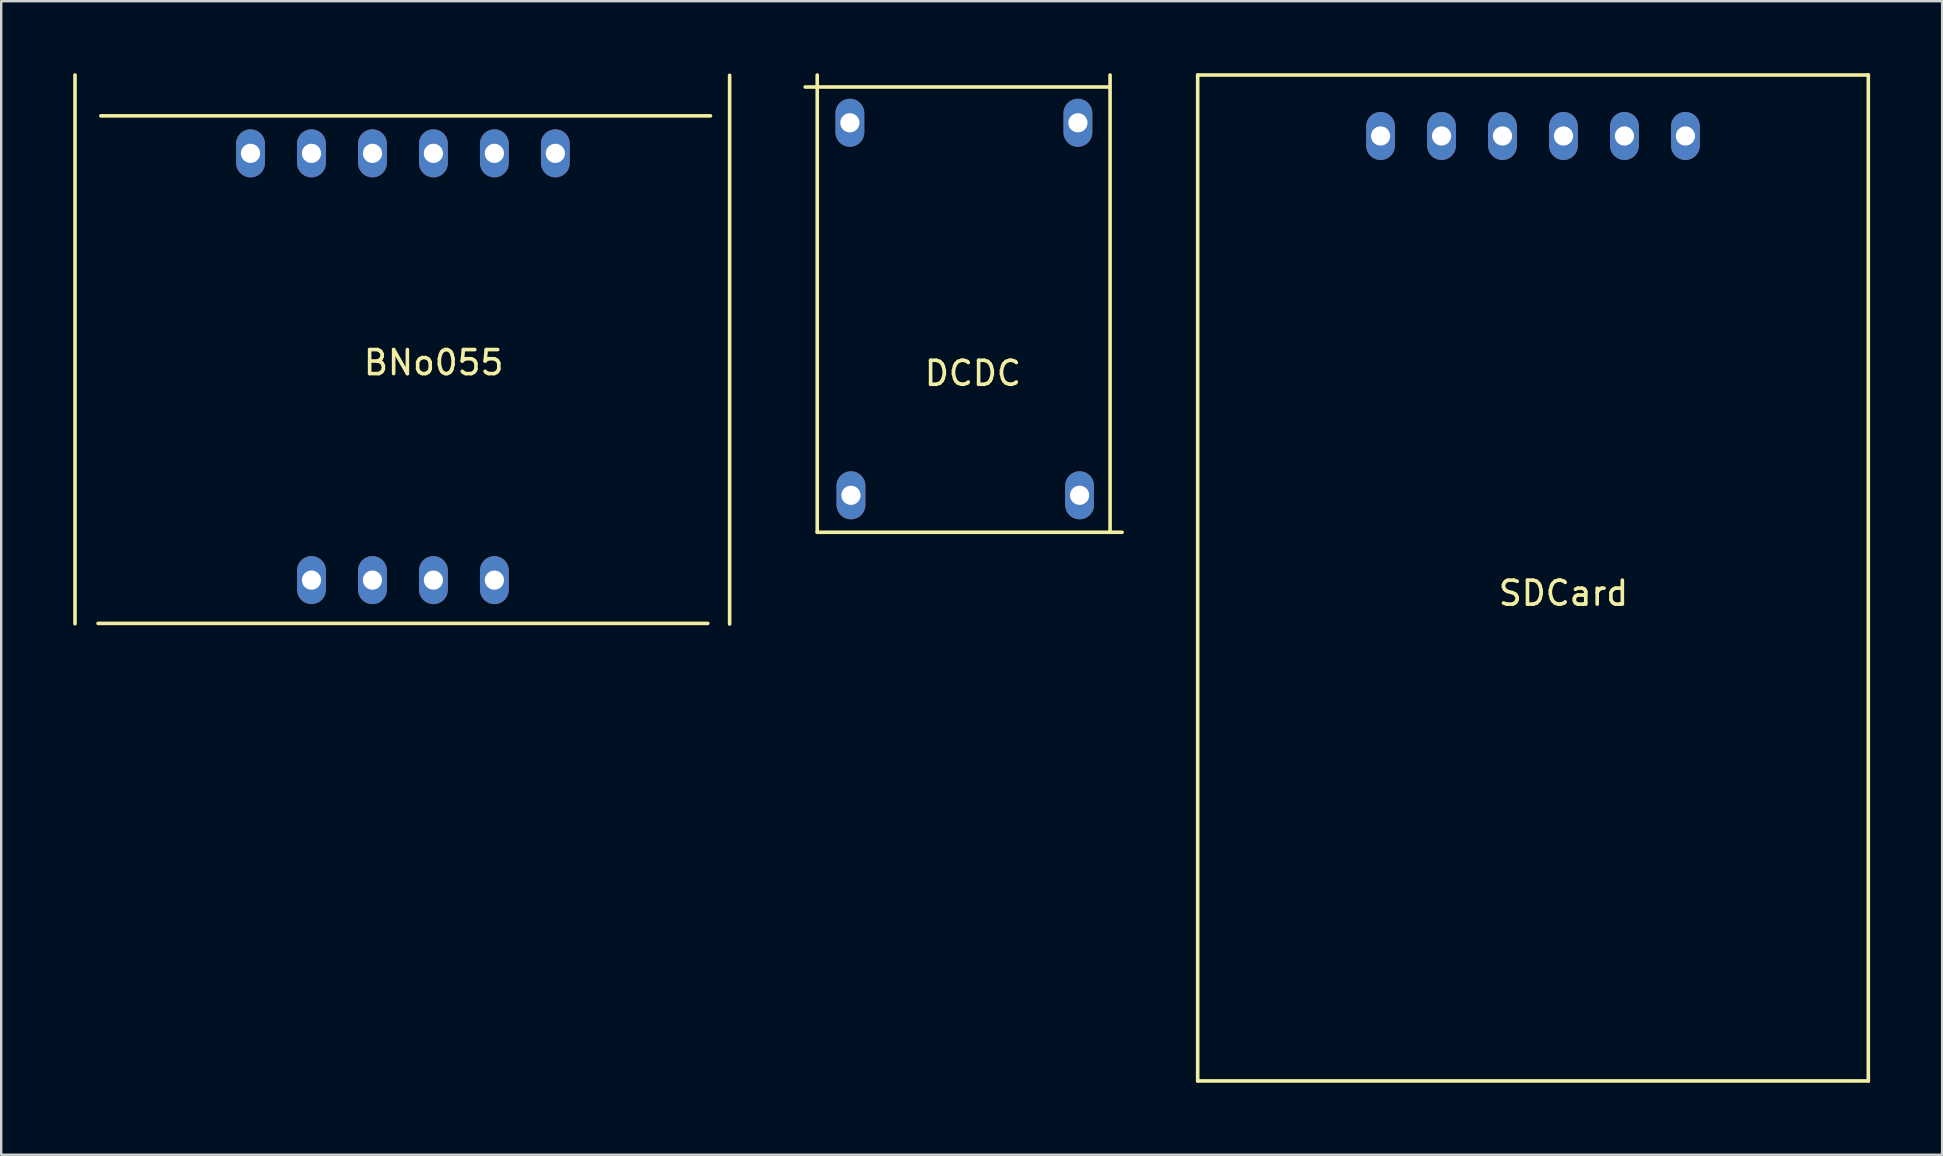
<source format=kicad_pcb>
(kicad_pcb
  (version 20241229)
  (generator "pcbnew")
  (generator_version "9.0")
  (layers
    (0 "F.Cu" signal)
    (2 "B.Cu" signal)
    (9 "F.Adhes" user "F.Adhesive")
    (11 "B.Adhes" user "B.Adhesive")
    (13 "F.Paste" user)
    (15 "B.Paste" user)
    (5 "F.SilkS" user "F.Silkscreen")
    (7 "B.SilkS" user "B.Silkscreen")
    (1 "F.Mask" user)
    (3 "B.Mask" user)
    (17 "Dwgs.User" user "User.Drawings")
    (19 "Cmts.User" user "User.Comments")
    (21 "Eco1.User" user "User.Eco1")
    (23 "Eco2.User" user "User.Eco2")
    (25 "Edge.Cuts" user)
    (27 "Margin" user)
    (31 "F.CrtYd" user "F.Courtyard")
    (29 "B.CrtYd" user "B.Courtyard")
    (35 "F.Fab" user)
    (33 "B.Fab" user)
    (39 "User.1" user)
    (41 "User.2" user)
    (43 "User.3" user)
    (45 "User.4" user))
  (footprint "SDCard"
    (layer "F.Cu")
    (at 60.828 19.725)
    (property "Reference" "SDCard" (at 1.26 1.94 0) (layer "F.SilkS") (effects (font (size 1 1) (thickness 0.15))))
    (attr through_hole)
    (fp_line (start -13.98 -19.65) (end 13.96 -19.65) (stroke (width 0.15) (type solid)) (layer "F.SilkS"))
    (fp_line (start -13.98 22.26) (end -13.98 -19.65) (stroke (width 0.15) (type solid)) (layer "F.SilkS"))
    (fp_line (start 13.96 -19.65) (end 13.96 22.26) (stroke (width 0.15) (type solid)) (layer "F.SilkS"))
    (fp_line (start 13.96 22.26) (end -13.98 22.26) (stroke (width 0.15) (type solid)) (layer "F.SilkS"))
    (pad "CS" thru_hole oval (at 6.34 -17.11) (size 1.2 2) (drill 0.8) (layers "*.Cu" "*.Mask"))
    (pad "GND" thru_hole oval (at -6.36 -17.11) (size 1.2 2) (drill 0.8) (layers "*.Cu" "*.Mask"))
    (pad "MISO" thru_hole oval (at -1.28 -17.11) (size 1.2 2) (drill 0.8) (layers "*.Cu" "*.Mask"))
    (pad "MOSI" thru_hole oval (at 1.26 -17.11) (size 1.2 2) (drill 0.8) (layers "*.Cu" "*.Mask"))
    (pad "SCK" thru_hole oval (at 3.8 -17.11) (size 1.2 2) (drill 0.8) (layers "*.Cu" "*.Mask"))
    (pad "Vcc" thru_hole oval (at -3.82 -17.11) (size 1.2 2) (drill 0.8) (layers "*.Cu" "*.Mask")))
  (footprint "BNo055"
    (layer "F.Cu")
    (at 13.747 22.989)
    (property "Reference" "BNo055" (at 1.27 -10.93 0) (layer "F.SilkS") (effects (font (size 1 1) (thickness 0.15))))
    (attr through_hole)
    (fp_line (start -13.672 -0.054) (end -13.672 -22.914) (stroke (width 0.15) (type solid)) (layer "F.SilkS"))
    (fp_line (start -12.596 -21.212) (end 12.804 -21.212) (stroke (width 0.15) (type solid)) (layer "F.SilkS"))
    (fp_line (start 12.69 -0.067) (end -12.71 -0.067) (stroke (width 0.15) (type solid)) (layer "F.SilkS"))
    (fp_line (start 13.601 -22.901) (end 13.601 -0.041) (stroke (width 0.15) (type solid)) (layer "F.SilkS"))
    (pad "3v3" thru_hole oval (at 3.8 -19.65) (size 1.2 2) (drill 0.8) (layers "*.Cu" "*.Mask"))
    (pad "ADR" thru_hole oval (at -3.82 -1.87) (size 1.2 2) (drill 0.8) (layers "*.Cu" "*.Mask"))
    (pad "GND" thru_hole oval (at 1.26 -19.65) (size 1.2 2) (drill 0.8) (layers "*.Cu" "*.Mask"))
    (pad "INT" thru_hole oval (at -1.28 -1.87) (size 1.2 2) (drill 0.8) (layers "*.Cu" "*.Mask"))
    (pad "PS0" thru_hole oval (at 3.8 -1.87) (size 1.2 2) (drill 0.8) (layers "*.Cu" "*.Mask"))
    (pad "PS1" thru_hole oval (at 1.26 -1.87) (size 1.2 2) (drill 0.8) (layers "*.Cu" "*.Mask"))
    (pad "RST" thru_hole oval (at -6.36 -19.65) (size 1.2 2) (drill 0.8) (layers "*.Cu" "*.Mask"))
    (pad "SCL" thru_hole oval (at -3.82 -19.65) (size 1.2 2) (drill 0.8) (layers "*.Cu" "*.Mask"))
    (pad "SDA" thru_hole oval (at -1.28 -19.65) (size 1.2 2) (drill 0.8) (layers "*.Cu" "*.Mask"))
    (pad "Vin" thru_hole oval (at 6.34 -19.65) (size 1.2 2) (drill 0.8) (layers "*.Cu" "*.Mask")))
  (footprint "DCDC"
    (layer "F.Cu")
    (at 32.358 17.565)
    (property "Reference" "DCDC" (at 5.125 -5.06 0) (layer "F.SilkS") (effects (font (size 1 1) (thickness 0.15))))
    (attr through_hole)
    (fp_line (start -1.86 -16.99) (end 10.84 -16.99) (stroke (width 0.15) (type solid)) (layer "F.SilkS"))
    (fp_line (start -1.36 1.56) (end -1.36 -17.49) (stroke (width 0.15) (type solid)) (layer "F.SilkS"))
    (fp_line (start 10.84 -17.49) (end 10.84 1.56) (stroke (width 0.15) (type solid)) (layer "F.SilkS"))
    (fp_line (start 11.34 1.56) (end -1.36 1.56) (stroke (width 0.15) (type solid)) (layer "F.SilkS"))
    (pad "IN+" thru_hole oval (at 0 -15.5) (size 1.2 2) (drill 0.8) (layers "*.Cu" "*.Mask"))
    (pad "IN-" thru_hole oval (at 9.5 -15.5) (size 1.2 2) (drill 0.8) (layers "*.Cu" "*.Mask"))
    (pad "OUT+" thru_hole oval (at 0.045 0.02) (size 1.2 2) (drill 0.8) (layers "*.Cu" "*.Mask"))
    (pad "OUT-" thru_hole oval (at 9.57 0.02) (size 1.2 2) (drill 0.8) (layers "*.Cu" "*.Mask")))
  (gr_rect
    (start -3 -3)
    (end 77.863 45.06)
    (stroke (width 0.1) (type default))
    (fill no)
    (layer "Edge.Cuts")))
</source>
